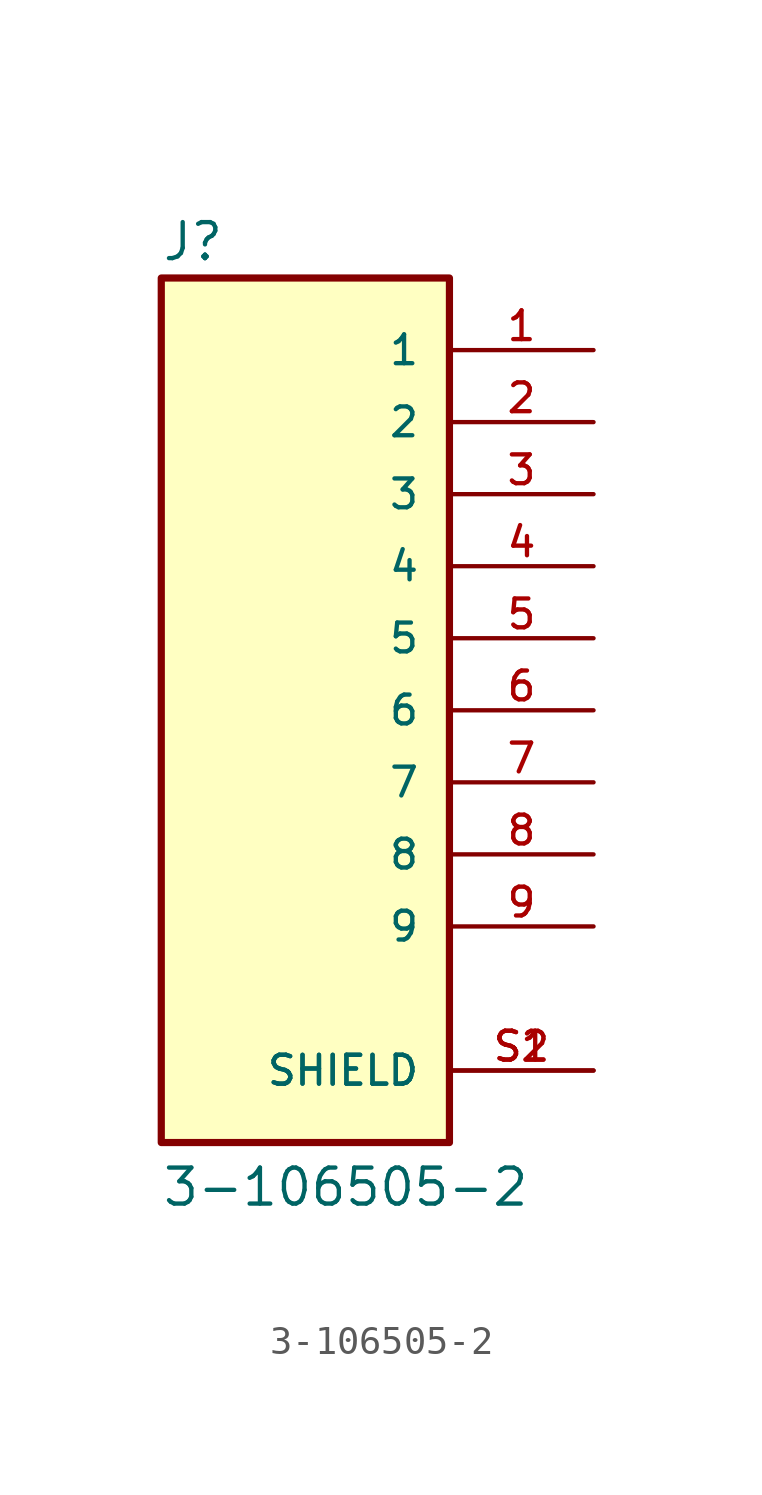
<source format=kicad_sym>
(kicad_symbol_lib
  (version 20211014)
  (generator kicad_symbol_editor)
  (symbol "3-106505-2"
    (pin_names
      (offset 1.016))
    (property "Reference" "J"
      (at -5.09 15.779 0)
      (effects (font (size 1.27 1.27)) (justify bottom left)))
    (property "Value" "3-106505-2"
      (at -5.088 -17.555 0)
      (effects (font (size 1.27 1.27)) (justify bottom left)))
    (symbol "3-106505-2_0_0"
      (rectangle (start -5.08 -15.24) (end 5.08 15.24) (stroke (width 0.254)) (fill (type background)))
      (pin passive line (at 10.16 12.7 180.0) (length 5.08) (name "1" (effects (font (size 1.016 1.016)))) (number "1" (effects (font (size 1.016 1.016)))))
      (pin passive line (at 10.16 10.16 180.0) (length 5.08) (name "2" (effects (font (size 1.016 1.016)))) (number "2" (effects (font (size 1.016 1.016)))))
      (pin passive line (at 10.16 7.62 180.0) (length 5.08) (name "3" (effects (font (size 1.016 1.016)))) (number "3" (effects (font (size 1.016 1.016)))))
      (pin passive line (at 10.16 5.08 180.0) (length 5.08) (name "4" (effects (font (size 1.016 1.016)))) (number "4" (effects (font (size 1.016 1.016)))))
      (pin passive line (at 10.16 2.54 180.0) (length 5.08) (name "5" (effects (font (size 1.016 1.016)))) (number "5" (effects (font (size 1.016 1.016)))))
      (pin passive line (at 10.16 0.0 180.0) (length 5.08) (name "6" (effects (font (size 1.016 1.016)))) (number "6" (effects (font (size 1.016 1.016)))))
      (pin passive line (at 10.16 -2.54 180.0) (length 5.08) (name "7" (effects (font (size 1.016 1.016)))) (number "7" (effects (font (size 1.016 1.016)))))
      (pin passive line (at 10.16 -5.08 180.0) (length 5.08) (name "8" (effects (font (size 1.016 1.016)))) (number "8" (effects (font (size 1.016 1.016)))))
      (pin passive line (at 10.16 -7.62 180.0) (length 5.08) (name "9" (effects (font (size 1.016 1.016)))) (number "9" (effects (font (size 1.016 1.016)))))
      (pin passive line (at 10.16 -12.7 180.0) (length 5.08) (name "SHIELD" (effects (font (size 1.016 1.016)))) (number "S1" (effects (font (size 1.016 1.016)))))
      (pin passive line (at 10.16 -12.7 180.0) (length 5.08) (name "SHIELD" (effects (font (size 1.016 1.016)))) (number "S2" (effects (font (size 1.016 1.016))))))))
</source>
